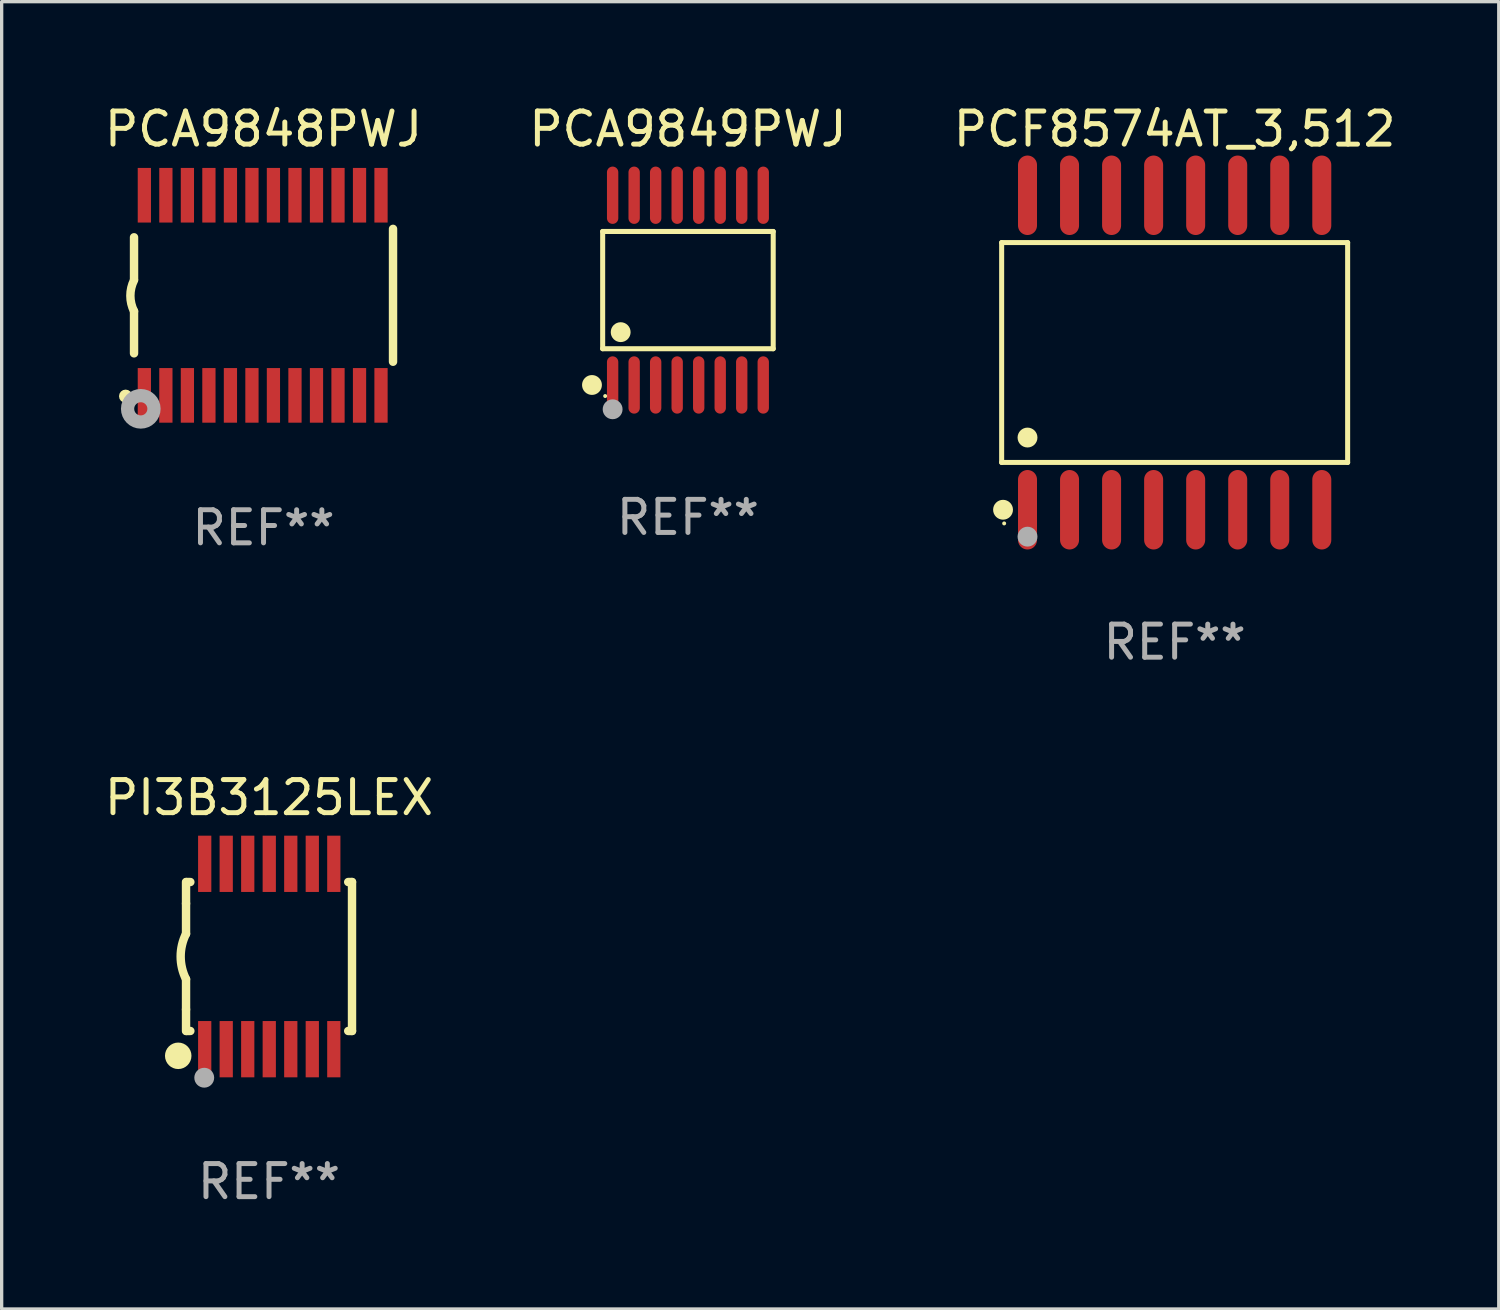
<source format=kicad_pcb>
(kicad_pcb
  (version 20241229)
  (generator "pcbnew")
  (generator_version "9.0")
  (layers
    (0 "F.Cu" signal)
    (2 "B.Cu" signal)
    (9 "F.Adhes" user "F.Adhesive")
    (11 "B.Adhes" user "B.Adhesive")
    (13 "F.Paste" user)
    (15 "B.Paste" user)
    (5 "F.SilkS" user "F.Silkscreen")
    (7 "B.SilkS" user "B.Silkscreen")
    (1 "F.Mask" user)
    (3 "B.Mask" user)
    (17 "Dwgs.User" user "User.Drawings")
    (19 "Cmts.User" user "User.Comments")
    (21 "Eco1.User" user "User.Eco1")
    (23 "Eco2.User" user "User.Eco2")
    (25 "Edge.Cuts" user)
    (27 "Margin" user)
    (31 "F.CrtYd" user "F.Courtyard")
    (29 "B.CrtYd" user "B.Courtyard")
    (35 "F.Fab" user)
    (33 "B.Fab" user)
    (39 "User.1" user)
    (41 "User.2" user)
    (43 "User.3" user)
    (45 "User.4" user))
  (footprint "PCA9848PWJ"
    (layer "F.Cu")
    (at 4.911 5.871)
    (property "Reference" "PCA9848PWJ" (at 0 -5.023 0) (layer "F.SilkS") (effects (font (size 1 1) (thickness 0.15))))
    (attr through_hole)
    (fp_line (start -3.912 -0.483) (end -3.912 -1.753) (stroke (width 0.254) (type solid)) (layer "F.SilkS"))
    (fp_line (start -3.912 1.753) (end -3.912 0.483) (stroke (width 0.254) (type solid)) (layer "F.SilkS"))
    (fp_line (start 3.912 -2.007) (end 3.912 2.007) (stroke (width 0.254) (type solid)) (layer "F.SilkS"))
    (fp_arc (start -3.911608 0.482601) (mid -4.022537 0.0127) (end -3.911608 -0.457201) (stroke (width 0.254001) (type solid)) (layer "F.SilkS"))
    (fp_circle (center -4.166 3.048) (end -4.066 3.048) (stroke (width 0.2) (type solid)) (fill no) (layer "F.SilkS"))
    (fp_circle (center -3.925 3.186) (end -3.895 3.186) (stroke (width 0.06) (type solid)) (fill no) (layer "F.SilkS"))
    (fp_circle (center -3.708 3.429) (end -3.509 3.429) (stroke (width 0.4) (type solid)) (fill no) (layer "F.Fab"))
    (fp_text user "REF**" (at 0 7.023 0) (layer "F.Fab") (effects (font (size 1 1) (thickness 0.15))))
    (pad "1" smd rect (at -3.6 3.023) (size 0.4 1.65) (layers "F.Cu" "F.Mask" "F.Paste"))
    (pad "2" smd rect (at -2.95 3.023) (size 0.4 1.65) (layers "F.Cu" "F.Mask" "F.Paste"))
    (pad "3" smd rect (at -2.3 3.023) (size 0.4 1.65) (layers "F.Cu" "F.Mask" "F.Paste"))
    (pad "4" smd rect (at -1.65 3.023) (size 0.4 1.65) (layers "F.Cu" "F.Mask" "F.Paste"))
    (pad "5" smd rect (at -1 3.023) (size 0.4 1.65) (layers "F.Cu" "F.Mask" "F.Paste"))
    (pad "6" smd rect (at -0.35 3.023) (size 0.4 1.65) (layers "F.Cu" "F.Mask" "F.Paste"))
    (pad "7" smd rect (at 0.299 3.023) (size 0.4 1.65) (layers "F.Cu" "F.Mask" "F.Paste"))
    (pad "8" smd rect (at 0.95 3.023) (size 0.4 1.65) (layers "F.Cu" "F.Mask" "F.Paste"))
    (pad "9" smd rect (at 1.6 3.023) (size 0.4 1.65) (layers "F.Cu" "F.Mask" "F.Paste"))
    (pad "10" smd rect (at 2.25 3.023) (size 0.4 1.65) (layers "F.Cu" "F.Mask" "F.Paste"))
    (pad "11" smd rect (at 2.9 3.023) (size 0.4 1.65) (layers "F.Cu" "F.Mask" "F.Paste"))
    (pad "12" smd rect (at 3.549 3.023) (size 0.4 1.65) (layers "F.Cu" "F.Mask" "F.Paste"))
    (pad "13" smd rect (at 3.549 -3.023) (size 0.4 1.65) (layers "F.Cu" "F.Mask" "F.Paste"))
    (pad "14" smd rect (at 2.9 -3.023) (size 0.4 1.65) (layers "F.Cu" "F.Mask" "F.Paste"))
    (pad "15" smd rect (at 2.25 -3.023) (size 0.4 1.65) (layers "F.Cu" "F.Mask" "F.Paste"))
    (pad "16" smd rect (at 1.6 -3.023) (size 0.4 1.65) (layers "F.Cu" "F.Mask" "F.Paste"))
    (pad "17" smd rect (at 0.95 -3.023) (size 0.4 1.65) (layers "F.Cu" "F.Mask" "F.Paste"))
    (pad "18" smd rect (at 0.299 -3.023) (size 0.4 1.65) (layers "F.Cu" "F.Mask" "F.Paste"))
    (pad "19" smd rect (at -0.35 -3.023) (size 0.4 1.65) (layers "F.Cu" "F.Mask" "F.Paste"))
    (pad "20" smd rect (at -1 -3.023) (size 0.4 1.65) (layers "F.Cu" "F.Mask" "F.Paste"))
    (pad "21" smd rect (at -1.65 -3.023) (size 0.4 1.65) (layers "F.Cu" "F.Mask" "F.Paste"))
    (pad "22" smd rect (at -2.3 -3.023) (size 0.4 1.65) (layers "F.Cu" "F.Mask" "F.Paste"))
    (pad "23" smd rect (at -2.95 -3.023) (size 0.4 1.65) (layers "F.Cu" "F.Mask" "F.Paste"))
    (pad "24" smd rect (at -3.6 -3.023) (size 0.4 1.65) (layers "F.Cu" "F.Mask" "F.Paste")))
  (footprint "PI3B3125LEX"
    (layer "F.Cu")
    (at 5.077 25.845)
    (property "Reference" "PI3B3125LEX" (at 0 -4.8 0) (layer "F.SilkS") (effects (font (size 1 1) (thickness 0.15))))
    (attr through_hole)
    (fp_line (start -2.507 -1.6) (end -2.507 -2.25) (stroke (width 0.254) (type solid)) (layer "F.SilkS"))
    (fp_line (start -2.507 -0.686) (end -2.507 -1.6) (stroke (width 0.254) (type solid)) (layer "F.SilkS"))
    (fp_line (start -2.507 1.6) (end -2.507 0.686) (stroke (width 0.254) (type solid)) (layer "F.SilkS"))
    (fp_line (start -2.507 1.6) (end -2.507 2.25) (stroke (width 0.254) (type solid)) (layer "F.SilkS"))
    (fp_line (start -2.493 -2.25) (end -2.377 -2.25) (stroke (width 0.254) (type solid)) (layer "F.SilkS"))
    (fp_line (start -2.377 2.25) (end -2.493 2.25) (stroke (width 0.254) (type solid)) (layer "F.SilkS"))
    (fp_line (start 2.392 -2.25) (end 2.507 -2.25) (stroke (width 0.254) (type solid)) (layer "F.SilkS"))
    (fp_line (start 2.507 -2.25) (end 2.507 2.25) (stroke (width 0.254) (type solid)) (layer "F.SilkS"))
    (fp_line (start 2.507 2.25) (end 2.392 2.25) (stroke (width 0.254) (type solid)) (layer "F.SilkS"))
    (fp_arc (start -2.507303 0.685802) (mid -2.669199 0) (end -2.507303 -0.685801) (stroke (width 0.254001) (type solid)) (layer "F.SilkS"))
    (fp_circle (center -2.743 3) (end -2.543 3) (stroke (width 0.4) (type solid)) (fill no) (layer "F.SilkS"))
    (fp_circle (center -2.493 3.2) (end -2.463 3.2) (stroke (width 0.06) (type solid)) (fill no) (layer "F.SilkS"))
    (fp_circle (center -1.957 3.662) (end -1.807 3.662) (stroke (width 0.3) (type solid)) (fill no) (layer "F.Fab"))
    (fp_text user "REF**" (at 0 6.8 0) (layer "F.Fab") (effects (font (size 1 1) (thickness 0.15))))
    (pad "1" smd rect (at -1.943 2.8) (size 0.4 1.7) (layers "F.Cu" "F.Mask" "F.Paste"))
    (pad "2" smd rect (at -1.293 2.8) (size 0.4 1.7) (layers "F.Cu" "F.Mask" "F.Paste"))
    (pad "3" smd rect (at -0.643 2.8) (size 0.4 1.7) (layers "F.Cu" "F.Mask" "F.Paste"))
    (pad "4" smd rect (at 0.007 2.8) (size 0.4 1.7) (layers "F.Cu" "F.Mask" "F.Paste"))
    (pad "5" smd rect (at 0.657 2.8) (size 0.4 1.7) (layers "F.Cu" "F.Mask" "F.Paste"))
    (pad "6" smd rect (at 1.307 2.8) (size 0.4 1.7) (layers "F.Cu" "F.Mask" "F.Paste"))
    (pad "7" smd rect (at 1.957 2.8) (size 0.4 1.7) (layers "F.Cu" "F.Mask" "F.Paste"))
    (pad "8" smd rect (at 1.957 -2.8) (size 0.4 1.7) (layers "F.Cu" "F.Mask" "F.Paste"))
    (pad "9" smd rect (at 1.307 -2.8) (size 0.4 1.7) (layers "F.Cu" "F.Mask" "F.Paste"))
    (pad "10" smd rect (at 0.657 -2.8) (size 0.4 1.7) (layers "F.Cu" "F.Mask" "F.Paste"))
    (pad "11" smd rect (at 0.007 -2.8) (size 0.4 1.7) (layers "F.Cu" "F.Mask" "F.Paste"))
    (pad "12" smd rect (at -0.643 -2.8) (size 0.4 1.7) (layers "F.Cu" "F.Mask" "F.Paste"))
    (pad "13" smd rect (at -1.293 -2.8) (size 0.4 1.7) (layers "F.Cu" "F.Mask" "F.Paste"))
    (pad "14" smd rect (at -1.943 -2.8) (size 0.4 1.7) (layers "F.Cu" "F.Mask" "F.Paste")))
  (footprint "PCA9849PWJ"
    (layer "F.Cu")
    (at 17.732 5.714)
    (property "Reference" "PCA9849PWJ" (at 0 -4.866 0) (layer "F.SilkS") (effects (font (size 1 1) (thickness 0.15))))
    (attr through_hole)
    (fp_line (start -2.576 -1.772) (end 2.576 -1.772) (stroke (width 0.152) (type solid)) (layer "F.SilkS"))
    (fp_line (start -2.576 1.771) (end -2.576 -1.772) (stroke (width 0.152) (type solid)) (layer "F.SilkS"))
    (fp_line (start 2.576 -1.772) (end 2.576 1.771) (stroke (width 0.152) (type solid)) (layer "F.SilkS"))
    (fp_line (start 2.576 1.771) (end -2.576 1.771) (stroke (width 0.152) (type solid)) (layer "F.SilkS"))
    (fp_circle (center -2.899 2.866) (end -2.749 2.866) (stroke (width 0.3) (type solid)) (fill no) (layer "F.SilkS"))
    (fp_circle (center -2.5 3.2) (end -2.47 3.2) (stroke (width 0.06) (type solid)) (fill no) (layer "F.SilkS"))
    (fp_circle (center -2.032 1.27) (end -1.882 1.27) (stroke (width 0.3) (type solid)) (fill no) (layer "F.SilkS"))
    (fp_circle (center -2.275 3.6) (end -2.125 3.6) (stroke (width 0.3) (type solid)) (fill no) (layer "F.Fab"))
    (fp_text user "REF**" (at 0 6.866 0) (layer "F.Fab") (effects (font (size 1 1) (thickness 0.15))))
    (pad "1" smd oval (at -2.275 2.866) (size 0.343 1.731) (layers "F.Cu" "F.Mask" "F.Paste"))
    (pad "2" smd oval (at -1.625 2.866) (size 0.343 1.731) (layers "F.Cu" "F.Mask" "F.Paste"))
    (pad "3" smd oval (at -0.975 2.866) (size 0.343 1.731) (layers "F.Cu" "F.Mask" "F.Paste"))
    (pad "4" smd oval (at -0.325 2.866) (size 0.343 1.731) (layers "F.Cu" "F.Mask" "F.Paste"))
    (pad "5" smd oval (at 0.325 2.866) (size 0.343 1.731) (layers "F.Cu" "F.Mask" "F.Paste"))
    (pad "6" smd oval (at 0.975 2.866) (size 0.343 1.731) (layers "F.Cu" "F.Mask" "F.Paste"))
    (pad "7" smd oval (at 1.625 2.866) (size 0.343 1.731) (layers "F.Cu" "F.Mask" "F.Paste"))
    (pad "8" smd oval (at 2.275 2.866) (size 0.343 1.731) (layers "F.Cu" "F.Mask" "F.Paste"))
    (pad "9" smd oval (at 2.275 -2.866) (size 0.343 1.731) (layers "F.Cu" "F.Mask" "F.Paste"))
    (pad "10" smd oval (at 1.625 -2.866) (size 0.343 1.731) (layers "F.Cu" "F.Mask" "F.Paste"))
    (pad "11" smd oval (at 0.975 -2.866) (size 0.343 1.731) (layers "F.Cu" "F.Mask" "F.Paste"))
    (pad "12" smd oval (at 0.325 -2.866) (size 0.343 1.731) (layers "F.Cu" "F.Mask" "F.Paste"))
    (pad "13" smd oval (at -0.325 -2.866) (size 0.343 1.731) (layers "F.Cu" "F.Mask" "F.Paste"))
    (pad "14" smd oval (at -0.975 -2.866) (size 0.343 1.731) (layers "F.Cu" "F.Mask" "F.Paste"))
    (pad "15" smd oval (at -1.625 -2.866) (size 0.343 1.731) (layers "F.Cu" "F.Mask" "F.Paste"))
    (pad "16" smd oval (at -2.275 -2.866) (size 0.343 1.731) (layers "F.Cu" "F.Mask" "F.Paste")))
  (footprint "PCF8574AT_3,512"
    (layer "F.Cu")
    (at 32.435 7.599)
    (property "Reference" "PCF8574AT_3,512" (at 0 -6.75 0) (layer "F.SilkS") (effects (font (size 1 1) (thickness 0.15))))
    (attr through_hole)
    (fp_line (start -5.226 -3.321) (end 5.226 -3.321) (stroke (width 0.152) (type solid)) (layer "F.SilkS"))
    (fp_line (start -5.226 3.321) (end -5.226 -3.321) (stroke (width 0.152) (type solid)) (layer "F.SilkS"))
    (fp_line (start 5.226 -3.321) (end 5.226 3.321) (stroke (width 0.152) (type solid)) (layer "F.SilkS"))
    (fp_line (start 5.226 3.321) (end -5.226 3.321) (stroke (width 0.152) (type solid)) (layer "F.SilkS"))
    (fp_circle (center -5.184 4.75) (end -5.034 4.75) (stroke (width 0.3) (type solid)) (fill no) (layer "F.SilkS"))
    (fp_circle (center -5.15 5.163) (end -5.12 5.163) (stroke (width 0.06) (type solid)) (fill no) (layer "F.SilkS"))
    (fp_circle (center -4.445 2.569) (end -4.295 2.569) (stroke (width 0.3) (type solid)) (fill no) (layer "F.SilkS"))
    (fp_circle (center -4.445 5.563) (end -4.295 5.563) (stroke (width 0.3) (type solid)) (fill no) (layer "F.Fab"))
    (fp_text user "REF**" (at 0 8.75 0) (layer "F.Fab") (effects (font (size 1 1) (thickness 0.15))))
    (pad "1" smd oval (at -4.445 4.75) (size 0.574 2.401) (layers "F.Cu" "F.Mask" "F.Paste"))
    (pad "2" smd oval (at -3.175 4.75) (size 0.574 2.401) (layers "F.Cu" "F.Mask" "F.Paste"))
    (pad "3" smd oval (at -1.905 4.75) (size 0.574 2.401) (layers "F.Cu" "F.Mask" "F.Paste"))
    (pad "4" smd oval (at -0.635 4.75) (size 0.574 2.401) (layers "F.Cu" "F.Mask" "F.Paste"))
    (pad "5" smd oval (at 0.635 4.75) (size 0.574 2.401) (layers "F.Cu" "F.Mask" "F.Paste"))
    (pad "6" smd oval (at 1.905 4.75) (size 0.574 2.401) (layers "F.Cu" "F.Mask" "F.Paste"))
    (pad "7" smd oval (at 3.175 4.75) (size 0.574 2.401) (layers "F.Cu" "F.Mask" "F.Paste"))
    (pad "8" smd oval (at 4.445 4.75) (size 0.574 2.401) (layers "F.Cu" "F.Mask" "F.Paste"))
    (pad "9" smd oval (at 4.445 -4.75) (size 0.574 2.401) (layers "F.Cu" "F.Mask" "F.Paste"))
    (pad "10" smd oval (at 3.175 -4.75) (size 0.574 2.401) (layers "F.Cu" "F.Mask" "F.Paste"))
    (pad "11" smd oval (at 1.905 -4.75) (size 0.574 2.401) (layers "F.Cu" "F.Mask" "F.Paste"))
    (pad "12" smd oval (at 0.635 -4.75) (size 0.574 2.401) (layers "F.Cu" "F.Mask" "F.Paste"))
    (pad "13" smd oval (at -0.635 -4.75) (size 0.574 2.401) (layers "F.Cu" "F.Mask" "F.Paste"))
    (pad "14" smd oval (at -1.905 -4.75) (size 0.574 2.401) (layers "F.Cu" "F.Mask" "F.Paste"))
    (pad "15" smd oval (at -3.175 -4.75) (size 0.574 2.401) (layers "F.Cu" "F.Mask" "F.Paste"))
    (pad "16" smd oval (at -4.445 -4.75) (size 0.574 2.401) (layers "F.Cu" "F.Mask" "F.Paste")))
  (gr_rect
    (start -3 -3)
    (end 42.226 36.494)
    (stroke (width 0.1) (type default))
    (fill no)
    (layer "Edge.Cuts")))
</source>
